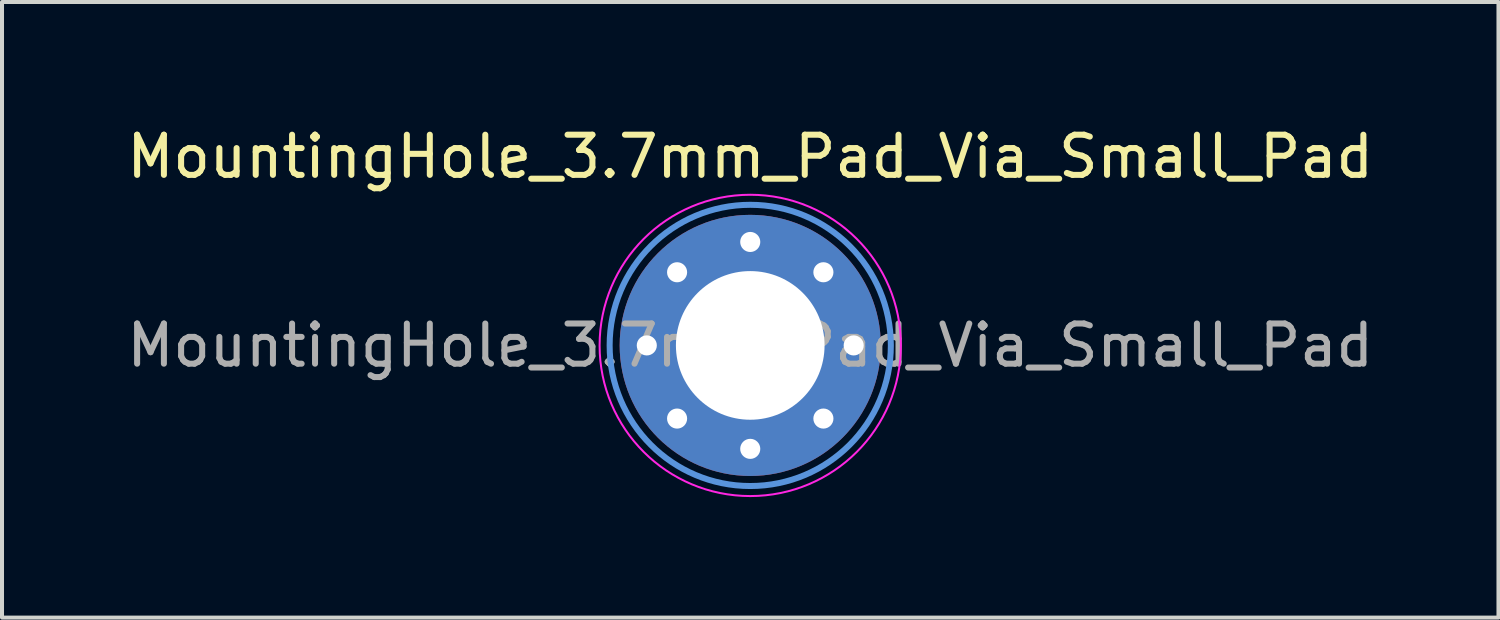
<source format=kicad_pcb>
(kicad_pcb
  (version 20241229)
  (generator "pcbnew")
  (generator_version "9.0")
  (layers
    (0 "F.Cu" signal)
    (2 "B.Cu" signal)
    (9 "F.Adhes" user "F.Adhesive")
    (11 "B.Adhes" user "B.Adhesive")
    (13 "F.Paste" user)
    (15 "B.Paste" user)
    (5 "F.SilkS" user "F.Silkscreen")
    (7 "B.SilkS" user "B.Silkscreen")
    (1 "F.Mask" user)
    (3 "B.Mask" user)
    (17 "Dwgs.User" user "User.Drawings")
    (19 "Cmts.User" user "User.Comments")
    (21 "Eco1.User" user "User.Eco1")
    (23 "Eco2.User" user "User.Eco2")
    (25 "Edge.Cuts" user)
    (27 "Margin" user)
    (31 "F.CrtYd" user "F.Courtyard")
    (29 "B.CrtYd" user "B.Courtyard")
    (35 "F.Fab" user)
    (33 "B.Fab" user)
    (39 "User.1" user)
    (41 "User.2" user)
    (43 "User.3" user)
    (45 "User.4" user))
  (footprint "MountingHole_3.7mm_Pad_Via_Small_Pad"
    (layer "F.Cu")
    (at 15.625 5.548)
    (property "Reference" "MountingHole_3.7mm_Pad_Via_Small_Pad" (at 0 -4.7 0) (layer "F.SilkS") (effects (font (size 1 1) (thickness 0.15))))
    (attr exclude_from_pos_files exclude_from_bom)
    (fp_circle (center 0 0) (end 3.5 0) (stroke (width 0.15) (type solid)) (fill no) (layer "Cmts.User"))
    (fp_circle (center 0 0) (end 3.75 0) (stroke (width 0.05) (type solid)) (fill no) (layer "F.CrtYd"))
    (fp_text user "${REFERENCE}" (at 0 0 0) (layer "F.Fab") (effects (font (size 1 1) (thickness 0.15))))
    (pad "1" thru_hole circle (at -2.575 0) (size 0.8 0.8) (drill 0.5) (layers "*.Cu" "*.Mask"))
    (pad "1" thru_hole circle (at -1.821 -1.821) (size 0.8 0.8) (drill 0.5) (layers "*.Cu" "*.Mask"))
    (pad "1" thru_hole circle (at -1.821 1.821) (size 0.8 0.8) (drill 0.5) (layers "*.Cu" "*.Mask"))
    (pad "1" thru_hole circle (at 0 -2.575) (size 0.8 0.8) (drill 0.5) (layers "*.Cu" "*.Mask"))
    (pad "1" thru_hole circle (at 0 0) (size 6.5 6.5) (drill 3.7) (layers "*.Cu" "*.Mask"))
    (pad "1" thru_hole circle (at 0 2.575) (size 0.8 0.8) (drill 0.5) (layers "*.Cu" "*.Mask"))
    (pad "1" thru_hole circle (at 1.821 -1.821) (size 0.8 0.8) (drill 0.5) (layers "*.Cu" "*.Mask"))
    (pad "1" thru_hole circle (at 1.821 1.821) (size 0.8 0.8) (drill 0.5) (layers "*.Cu" "*.Mask"))
    (pad "1" thru_hole circle (at 2.575 0) (size 0.8 0.8) (drill 0.5) (layers "*.Cu" "*.Mask")))
  (gr_rect
    (start -3 -3)
    (end 34.25 12.323)
    (stroke (width 0.1) (type default))
    (fill no)
    (layer "Edge.Cuts")))
</source>
